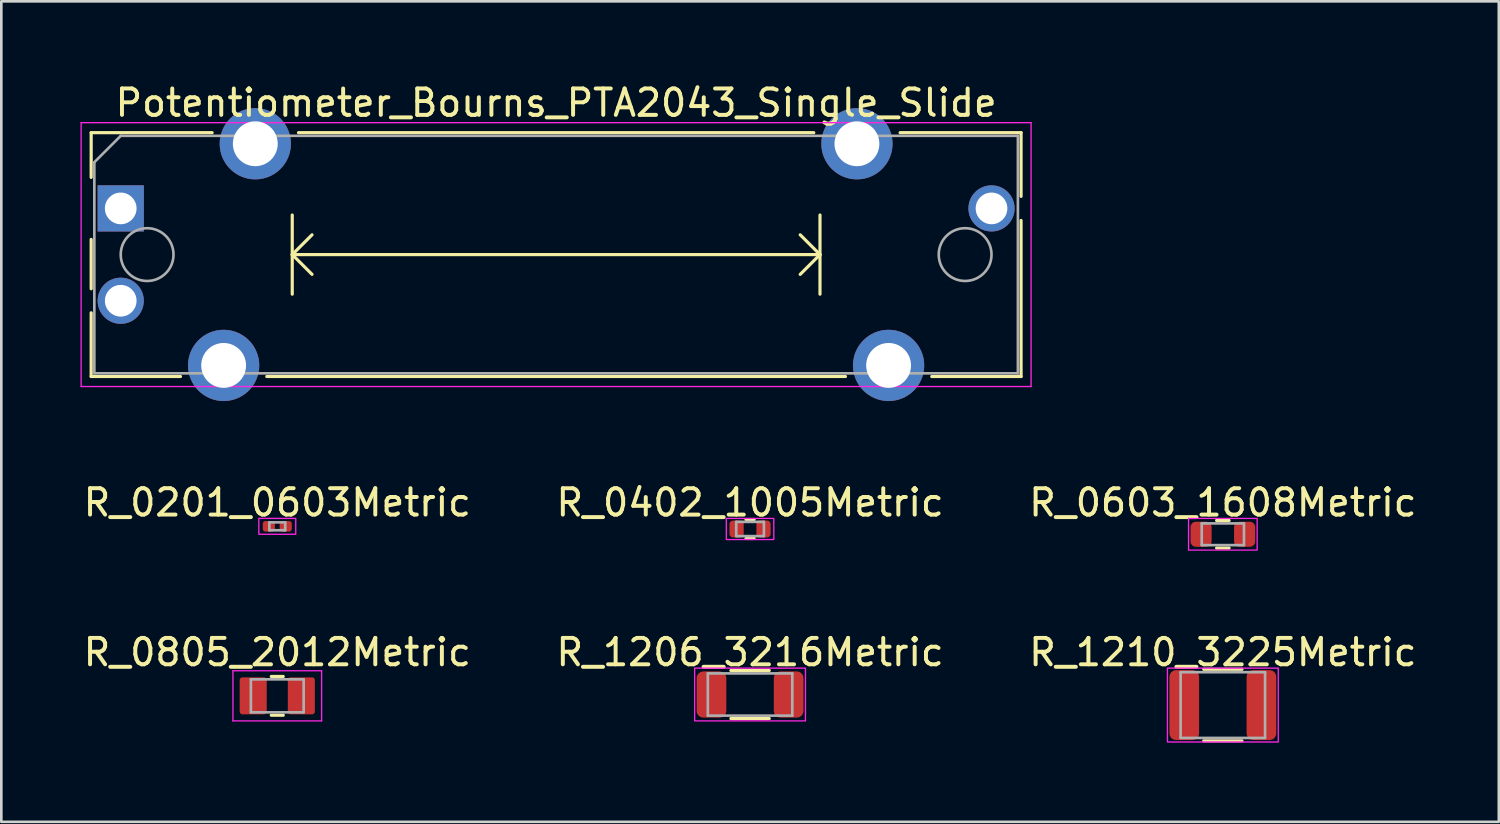
<source format=kicad_pcb>
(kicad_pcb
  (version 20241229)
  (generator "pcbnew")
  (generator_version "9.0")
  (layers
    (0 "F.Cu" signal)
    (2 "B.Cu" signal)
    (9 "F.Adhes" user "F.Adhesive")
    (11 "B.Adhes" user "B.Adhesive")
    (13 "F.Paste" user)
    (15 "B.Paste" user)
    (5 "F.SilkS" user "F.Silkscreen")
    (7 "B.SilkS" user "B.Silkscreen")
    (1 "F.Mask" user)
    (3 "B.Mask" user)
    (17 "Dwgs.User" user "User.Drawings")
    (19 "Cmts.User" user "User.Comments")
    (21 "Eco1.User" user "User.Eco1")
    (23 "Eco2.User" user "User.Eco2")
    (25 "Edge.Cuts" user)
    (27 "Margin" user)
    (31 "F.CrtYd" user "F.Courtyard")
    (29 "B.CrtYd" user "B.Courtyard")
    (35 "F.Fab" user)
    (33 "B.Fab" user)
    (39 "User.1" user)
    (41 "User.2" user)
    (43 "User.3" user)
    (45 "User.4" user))
  (footprint "R_1210_3225Metric"
    (layer "F.Cu")
    (at 43.292 23.67)
    (property "Reference" "R_1210_3225Metric" (at 0 -2 0) (layer "F.SilkS") (effects (font (size 1 1) (thickness 0.15))))
    (attr smd)
    (fp_line (start -0.724 -1.355) (end 0.724 -1.355) (stroke (width 0.12) (type solid)) (layer "F.SilkS"))
    (fp_line (start -0.724 1.355) (end 0.724 1.355) (stroke (width 0.12) (type solid)) (layer "F.SilkS"))
    (fp_rect (start -2.1 -1.4) (end 2.1 1.4) (stroke (width 0.05) (type default)) (fill no) (layer "F.CrtYd"))
    (fp_line (start -1.6 -1.245) (end 1.6 -1.245) (stroke (width 0.1) (type solid)) (layer "F.Fab"))
    (fp_line (start -1.6 1.245) (end -1.6 -1.245) (stroke (width 0.1) (type solid)) (layer "F.Fab"))
    (fp_line (start 1.6 -1.245) (end 1.6 1.245) (stroke (width 0.1) (type solid)) (layer "F.Fab"))
    (fp_line (start 1.6 1.245) (end -1.6 1.245) (stroke (width 0.1) (type solid)) (layer "F.Fab"))
    (pad "1" smd roundrect (at -1.462 0) (size 1.125 2.65) (layers "F.Cu" "F.Mask" "F.Paste") (roundrect_rratio 0.222))
    (pad "2" smd roundrect (at 1.462 0) (size 1.125 2.65) (layers "F.Cu" "F.Mask" "F.Paste") (roundrect_rratio 0.222)))
  (footprint "R_1206_3216Metric"
    (layer "F.Cu")
    (at 25.375 23.27)
    (property "Reference" "R_1206_3216Metric" (at 0 -1.6 0) (layer "F.SilkS") (effects (font (size 1 1) (thickness 0.15))))
    (attr smd)
    (fp_line (start -0.727 -0.91) (end 0.727 -0.91) (stroke (width 0.12) (type solid)) (layer "F.SilkS"))
    (fp_line (start -0.727 0.91) (end 0.727 0.91) (stroke (width 0.12) (type solid)) (layer "F.SilkS"))
    (fp_rect (start -2.1 -1) (end 2.1 1) (stroke (width 0.05) (type default)) (fill no) (layer "F.CrtYd"))
    (fp_line (start -1.6 -0.8) (end 1.6 -0.8) (stroke (width 0.1) (type solid)) (layer "F.Fab"))
    (fp_line (start -1.6 0.8) (end -1.6 -0.8) (stroke (width 0.1) (type solid)) (layer "F.Fab"))
    (fp_line (start 1.6 -0.8) (end 1.6 0.8) (stroke (width 0.1) (type solid)) (layer "F.Fab"))
    (fp_line (start 1.6 0.8) (end -1.6 0.8) (stroke (width 0.1) (type solid)) (layer "F.Fab"))
    (pad "1" smd roundrect (at -1.462 0) (size 1.125 1.75) (layers "F.Cu" "F.Mask" "F.Paste") (roundrect_rratio 0.222))
    (pad "2" smd roundrect (at 1.462 0) (size 1.125 1.75) (layers "F.Cu" "F.Mask" "F.Paste") (roundrect_rratio 0.222)))
  (footprint "R_0201_0603Metric"
    (layer "F.Cu")
    (at 7.458 16.896)
    (property "Reference" "R_0201_0603Metric" (at 0 -0.9 0) (layer "F.SilkS") (effects (font (size 1 1) (thickness 0.15))))
    (attr smd)
    (fp_rect (start -0.7 -0.3) (end 0.7 0.3) (stroke (width 0.05) (type default)) (fill no) (layer "F.CrtYd"))
    (fp_line (start -0.3 -0.15) (end 0.3 -0.15) (stroke (width 0.1) (type solid)) (layer "F.Fab"))
    (fp_line (start -0.3 0.15) (end -0.3 -0.15) (stroke (width 0.1) (type solid)) (layer "F.Fab"))
    (fp_line (start 0.3 -0.15) (end 0.3 0.15) (stroke (width 0.1) (type solid)) (layer "F.Fab"))
    (fp_line (start 0.3 0.15) (end -0.3 0.15) (stroke (width 0.1) (type solid)) (layer "F.Fab"))
    (pad "" smd roundrect (at -0.345 0) (size 0.318 0.36) (layers "F.Paste") (roundrect_rratio 0.25))
    (pad "" smd roundrect (at 0.345 0) (size 0.318 0.36) (layers "F.Paste") (roundrect_rratio 0.25))
    (pad "1" smd roundrect (at -0.32 0) (size 0.46 0.4) (layers "F.Cu" "F.Mask") (roundrect_rratio 0.25))
    (pad "2" smd roundrect (at 0.32 0) (size 0.46 0.4) (layers "F.Cu" "F.Mask") (roundrect_rratio 0.25)))
  (footprint "Potentiometer_Bourns_PTA2043_Single_Slide"
    (layer "F.Cu")
    (at 1.525 4.848)
    (property "Reference" "Potentiometer_Bourns_PTA2043_Single_Slide" (at 16.5 -4 0) (layer "F.SilkS") (effects (font (size 1 1) (thickness 0.15))))
    (attr through_hole)
    (fp_line (start -1.12 -2.87) (end -1.12 -1.175) (stroke (width 0.12) (type solid)) (layer "F.SilkS"))
    (fp_line (start -1.12 -2.87) (end 3.465 -2.87) (stroke (width 0.12) (type solid)) (layer "F.SilkS"))
    (fp_line (start -1.12 1.175) (end -1.12 3.045) (stroke (width 0.12) (type solid)) (layer "F.SilkS"))
    (fp_line (start -1.12 3.956) (end -1.12 6.37) (stroke (width 0.12) (type solid)) (layer "F.SilkS"))
    (fp_line (start -1.12 6.37) (end 2.265 6.37) (stroke (width 0.12) (type solid)) (layer "F.SilkS"))
    (fp_line (start 5.536 6.37) (end 27.465 6.37) (stroke (width 0.12) (type solid)) (layer "F.SilkS"))
    (fp_line (start 6.5 0.25) (end 6.5 3.25) (stroke (width 0.12) (type solid)) (layer "F.SilkS"))
    (fp_line (start 6.5 1.75) (end 7.25 2.5) (stroke (width 0.12) (type solid)) (layer "F.SilkS"))
    (fp_line (start 6.5 1.75) (end 26.5 1.75) (stroke (width 0.12) (type solid)) (layer "F.SilkS"))
    (fp_line (start 6.736 -2.87) (end 26.265 -2.87) (stroke (width 0.12) (type solid)) (layer "F.SilkS"))
    (fp_line (start 7.25 1) (end 6.5 1.75) (stroke (width 0.12) (type solid)) (layer "F.SilkS"))
    (fp_line (start 25.75 1) (end 26.5 1.75) (stroke (width 0.12) (type solid)) (layer "F.SilkS"))
    (fp_line (start 26.5 0.25) (end 26.5 3.25) (stroke (width 0.12) (type solid)) (layer "F.SilkS"))
    (fp_line (start 26.5 1.75) (end 25.75 2.5) (stroke (width 0.12) (type solid)) (layer "F.SilkS"))
    (fp_line (start 29.536 -2.87) (end 34.12 -2.87) (stroke (width 0.12) (type solid)) (layer "F.SilkS"))
    (fp_line (start 30.736 6.37) (end 34.12 6.37) (stroke (width 0.12) (type solid)) (layer "F.SilkS"))
    (fp_line (start 34.12 -2.87) (end 34.12 -0.456) (stroke (width 0.12) (type solid)) (layer "F.SilkS"))
    (fp_line (start 34.12 0.456) (end 34.12 6.37) (stroke (width 0.12) (type solid)) (layer "F.SilkS"))
    (fp_line (start -1.5 -3.25) (end -1.5 6.75) (stroke (width 0.05) (type solid)) (layer "F.CrtYd"))
    (fp_line (start -1.5 6.75) (end 34.5 6.75) (stroke (width 0.05) (type solid)) (layer "F.CrtYd"))
    (fp_line (start 34.5 -3.25) (end -1.5 -3.25) (stroke (width 0.05) (type solid)) (layer "F.CrtYd"))
    (fp_line (start 34.5 6.75) (end 34.5 -3.25) (stroke (width 0.05) (type solid)) (layer "F.CrtYd"))
    (fp_line (start -1 -1.75) (end 0 -2.75) (stroke (width 0.1) (type solid)) (layer "F.Fab"))
    (fp_line (start -1 6.25) (end -1 -1.75) (stroke (width 0.1) (type solid)) (layer "F.Fab"))
    (fp_line (start 0 -2.75) (end 34 -2.75) (stroke (width 0.1) (type solid)) (layer "F.Fab"))
    (fp_line (start 34 -2.75) (end 34 6.25) (stroke (width 0.1) (type solid)) (layer "F.Fab"))
    (fp_line (start 34 6.25) (end -1 6.25) (stroke (width 0.1) (type solid)) (layer "F.Fab"))
    (fp_circle (center 1 1.75) (end 2 1.75) (stroke (width 0.1) (type solid)) (fill no) (layer "F.Fab"))
    (fp_circle (center 32 1.75) (end 33 1.75) (stroke (width 0.1) (type solid)) (fill no) (layer "F.Fab"))
    (pad "1" thru_hole rect (at 0 0) (size 1.75 1.75) (drill 1.2) (layers "*.Cu" "*.Mask"))
    (pad "2" thru_hole circle (at 0 3.5) (size 1.75 1.75) (drill 1.2) (layers "*.Cu" "*.Mask"))
    (pad "3" thru_hole circle (at 33 0) (size 1.75 1.75) (drill 1.2) (layers "*.Cu" "*.Mask"))
    (pad "MP" thru_hole circle (at 3.9 5.95) (size 2.7 2.7) (drill 1.7) (layers "*.Cu" "*.Mask"))
    (pad "MP" thru_hole circle (at 5.1 -2.45) (size 2.7 2.7) (drill 1.7) (layers "*.Cu" "*.Mask"))
    (pad "MP" thru_hole circle (at 27.9 -2.45) (size 2.7 2.7) (drill 1.7) (layers "*.Cu" "*.Mask"))
    (pad "MP" thru_hole circle (at 29.1 5.95) (size 2.7 2.7) (drill 1.7) (layers "*.Cu" "*.Mask")))
  (footprint "R_0805_2012Metric"
    (layer "F.Cu")
    (at 7.458 23.32)
    (property "Reference" "R_0805_2012Metric" (at 0 -1.65 0) (layer "F.SilkS") (effects (font (size 1 1) (thickness 0.15))))
    (attr smd)
    (fp_line (start -0.227 -0.735) (end 0.227 -0.735) (stroke (width 0.12) (type solid)) (layer "F.SilkS"))
    (fp_line (start -0.227 0.735) (end 0.227 0.735) (stroke (width 0.12) (type solid)) (layer "F.SilkS"))
    (fp_line (start -1.68 -0.95) (end 1.68 -0.95) (stroke (width 0.05) (type solid)) (layer "F.CrtYd"))
    (fp_line (start -1.68 0.95) (end -1.68 -0.95) (stroke (width 0.05) (type solid)) (layer "F.CrtYd"))
    (fp_line (start 1.68 -0.95) (end 1.68 0.95) (stroke (width 0.05) (type solid)) (layer "F.CrtYd"))
    (fp_line (start 1.68 0.95) (end -1.68 0.95) (stroke (width 0.05) (type solid)) (layer "F.CrtYd"))
    (fp_line (start -1 -0.625) (end 1 -0.625) (stroke (width 0.1) (type solid)) (layer "F.Fab"))
    (fp_line (start -1 0.625) (end -1 -0.625) (stroke (width 0.1) (type solid)) (layer "F.Fab"))
    (fp_line (start 1 -0.625) (end 1 0.625) (stroke (width 0.1) (type solid)) (layer "F.Fab"))
    (fp_line (start 1 0.625) (end -1 0.625) (stroke (width 0.1) (type solid)) (layer "F.Fab"))
    (pad "1" smd roundrect (at -0.912 0) (size 1.025 1.4) (layers "F.Cu" "F.Mask" "F.Paste") (roundrect_rratio 0.1))
    (pad "2" smd roundrect (at 0.912 0) (size 1.025 1.4) (layers "F.Cu" "F.Mask" "F.Paste") (roundrect_rratio 0.1)))
  (footprint "R_0603_1608Metric"
    (layer "F.Cu")
    (at 43.292 17.197)
    (property "Reference" "R_0603_1608Metric" (at 0 -1.2 0) (layer "F.SilkS") (effects (font (size 1 1) (thickness 0.15))))
    (attr smd)
    (fp_line (start -0.237 -0.522) (end 0.237 -0.522) (stroke (width 0.12) (type solid)) (layer "F.SilkS"))
    (fp_line (start -0.237 0.522) (end 0.237 0.522) (stroke (width 0.12) (type solid)) (layer "F.SilkS"))
    (fp_rect (start -1.3 -0.6) (end 1.3 0.6) (stroke (width 0.05) (type default)) (fill no) (layer "F.CrtYd"))
    (fp_line (start -0.8 -0.412) (end 0.8 -0.412) (stroke (width 0.1) (type solid)) (layer "F.Fab"))
    (fp_line (start -0.8 0.412) (end -0.8 -0.412) (stroke (width 0.1) (type solid)) (layer "F.Fab"))
    (fp_line (start 0.8 -0.412) (end 0.8 0.412) (stroke (width 0.1) (type solid)) (layer "F.Fab"))
    (fp_line (start 0.8 0.412) (end -0.8 0.412) (stroke (width 0.1) (type solid)) (layer "F.Fab"))
    (pad "1" smd roundrect (at -0.825 0) (size 0.8 0.95) (layers "F.Cu" "F.Mask" "F.Paste") (roundrect_rratio 0.25))
    (pad "2" smd roundrect (at 0.825 0) (size 0.8 0.95) (layers "F.Cu" "F.Mask" "F.Paste") (roundrect_rratio 0.25)))
  (footprint "R_0402_1005Metric"
    (layer "F.Cu")
    (at 25.375 16.997)
    (property "Reference" "R_0402_1005Metric" (at 0 -1 0) (layer "F.SilkS") (effects (font (size 1 1) (thickness 0.15))))
    (attr smd)
    (fp_line (start -0.154 -0.36) (end 0.154 -0.36) (stroke (width 0.12) (type solid)) (layer "F.SilkS"))
    (fp_line (start -0.154 0.36) (end 0.154 0.36) (stroke (width 0.12) (type solid)) (layer "F.SilkS"))
    (fp_rect (start -0.9 -0.4) (end 0.9 0.4) (stroke (width 0.05) (type default)) (fill no) (layer "F.CrtYd"))
    (fp_line (start -0.525 -0.27) (end 0.525 -0.27) (stroke (width 0.1) (type solid)) (layer "F.Fab"))
    (fp_line (start -0.525 0.27) (end -0.525 -0.27) (stroke (width 0.1) (type solid)) (layer "F.Fab"))
    (fp_line (start 0.525 -0.27) (end 0.525 0.27) (stroke (width 0.1) (type solid)) (layer "F.Fab"))
    (fp_line (start 0.525 0.27) (end -0.525 0.27) (stroke (width 0.1) (type solid)) (layer "F.Fab"))
    (pad "1" smd roundrect (at -0.51 0) (size 0.54 0.64) (layers "F.Cu" "F.Mask" "F.Paste") (roundrect_rratio 0.25))
    (pad "2" smd roundrect (at 0.51 0) (size 0.54 0.64) (layers "F.Cu" "F.Mask" "F.Paste") (roundrect_rratio 0.25)))
  (gr_rect
    (start -3 -3)
    (end 53.75 28.095)
    (stroke (width 0.1) (type default))
    (fill no)
    (layer "Edge.Cuts")))
</source>
